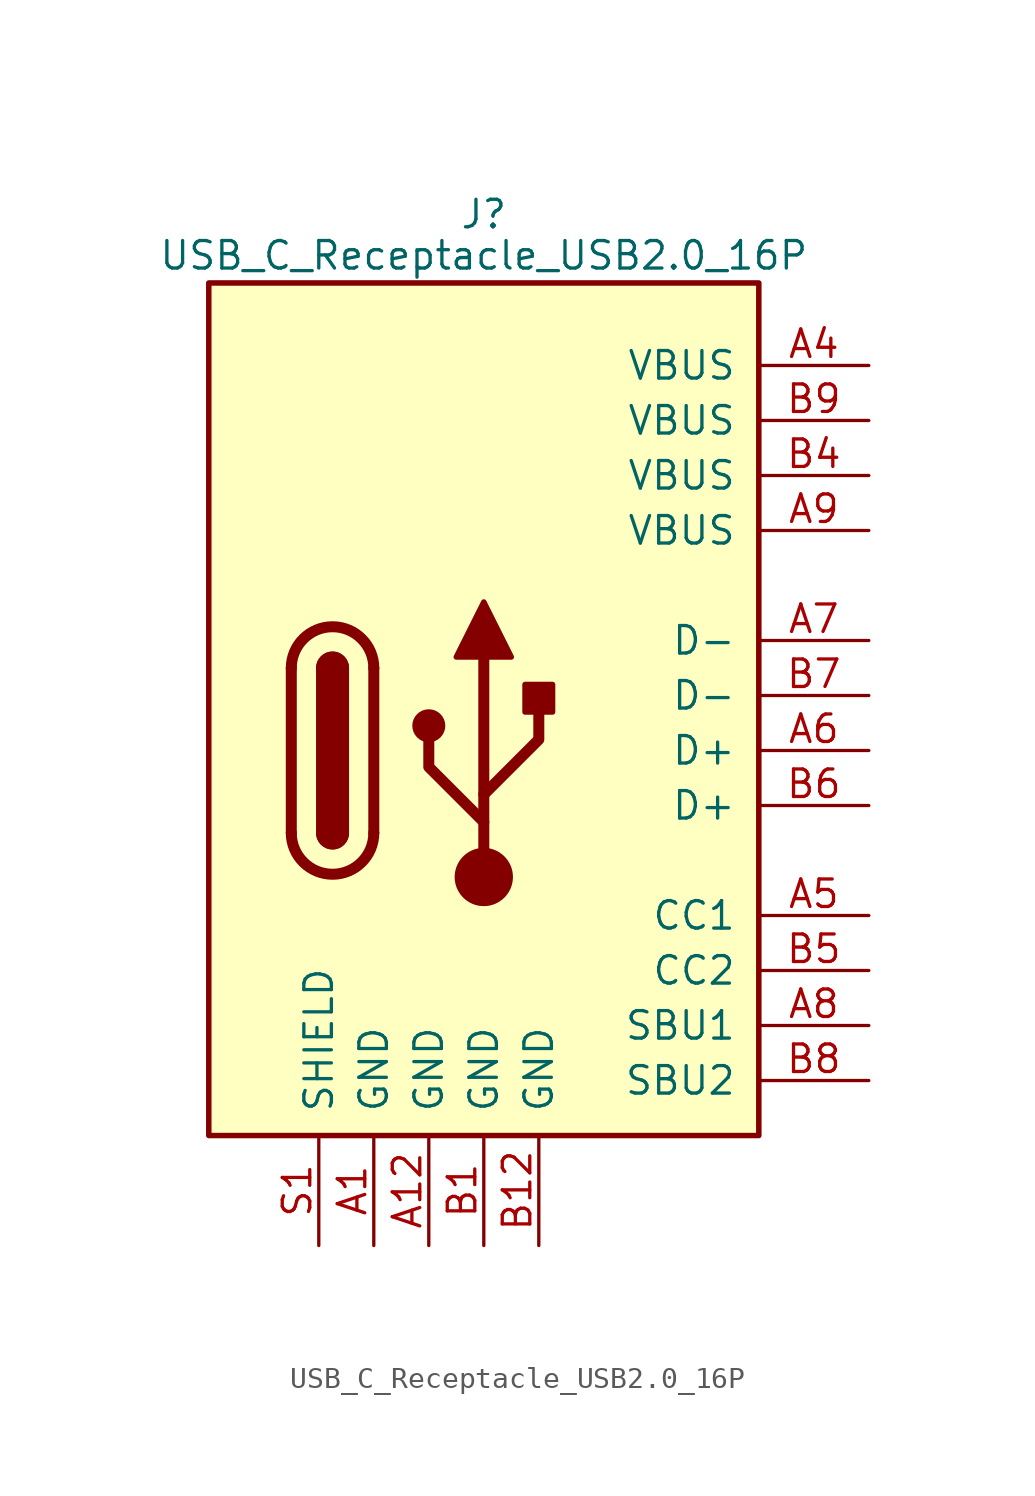
<source format=kicad_sym>
(kicad_symbol_lib
  (version 20241209)
  (generator "kicad_symbol_editor")
  (generator_version "9.0")
  (symbol "USB_C_Receptacle_USB2.0_16P"
    (pin_names
      (offset 1.016))
    (property "Reference" "J"
      (at 0 24.765 0)
      (effects (font (size 1.27 1.27))))
    (property "Value" "USB_C_Receptacle_USB2.0_16P"
      (at 0 22.86 0)
      (effects (font (size 1.27 1.27))))
    (symbol "USB_C_Receptacle_USB2.0_16P_0_1"
      (rectangle (start -12.7 21.59) (end 12.7 -17.78) (stroke (width 0.254) (type default)) (fill (type background)))
      (polyline (pts (xy -8.89 -3.81) (xy -8.89 3.81)) (stroke (width 0.508) (type default)) (fill (type none)))
      (rectangle (start -7.62 -3.81) (end -6.35 3.81) (stroke (width 0.254) (type default)) (fill (type outline)))
      (arc (start -7.62 3.81) (mid -6.985 4.4423) (end -6.35 3.81) (stroke (width 0.254) (type default)) (fill (type none)))
      (arc (start -7.62 3.81) (mid -6.985 4.4423) (end -6.35 3.81) (stroke (width 0.254) (type default)) (fill (type outline)))
      (arc (start -8.89 3.81) (mid -6.985 5.7067) (end -5.08 3.81) (stroke (width 0.508) (type default)) (fill (type none)))
      (arc (start -5.08 -3.81) (mid -6.985 -5.7067) (end -8.89 -3.81) (stroke (width 0.508) (type default)) (fill (type none)))
      (arc (start -6.35 -3.81) (mid -6.985 -4.4423) (end -7.62 -3.81) (stroke (width 0.254) (type default)) (fill (type none)))
      (arc (start -6.35 -3.81) (mid -6.985 -4.4423) (end -7.62 -3.81) (stroke (width 0.254) (type default)) (fill (type outline)))
      (polyline (pts (xy -5.08 3.81) (xy -5.08 -3.81)) (stroke (width 0.508) (type default)) (fill (type none)))
      (circle (center -2.54 1.143) (radius 0.635) (stroke (width 0.254) (type default)) (fill (type outline)))
      (polyline (pts (xy -1.27 4.318) (xy 0 6.858) (xy 1.27 4.318) (xy -1.27 4.318)) (stroke (width 0.254) (type default)) (fill (type outline)))
      (polyline (pts (xy 0 -2.032) (xy 2.54 0.508) (xy 2.54 1.778)) (stroke (width 0.508) (type default)) (fill (type none)))
      (polyline (pts (xy 0 -3.302) (xy -2.54 -0.762) (xy -2.54 0.508)) (stroke (width 0.508) (type default)) (fill (type none)))
      (polyline (pts (xy 0 -5.842) (xy 0 4.318)) (stroke (width 0.508) (type default)) (fill (type none)))
      (circle (center 0 -5.842) (radius 1.27) (stroke (width 0) (type default)) (fill (type outline)))
      (rectangle (start 1.905 1.778) (end 3.175 3.048) (stroke (width 0.254) (type default)) (fill (type outline))))
    (symbol "USB_C_Receptacle_USB2.0_16P_1_1"
      (pin passive line (at -7.62 -22.86 90) (length 5.08) (name "SHIELD" (effects (font (size 1.27 1.27)))) (number "S1" (effects (font (size 1.27 1.27)))))
      (pin passive line (at -5.08 -22.86 90) (length 5.08) (name "GND" (effects (font (size 1.27 1.27)))) (number "A1" (effects (font (size 1.27 1.27)))))
      (pin passive line (at -2.54 -22.86 90) (length 5.08) (name "GND" (effects (font (size 1.27 1.27)))) (number "A12" (effects (font (size 1.27 1.27)))))
      (pin passive line (at 0 -22.86 90) (length 5.08) (name "GND" (effects (font (size 1.27 1.27)))) (number "B1" (effects (font (size 1.27 1.27)))))
      (pin passive line (at 2.54 -22.86 90) (length 5.08) (name "GND" (effects (font (size 1.27 1.27)))) (number "B12" (effects (font (size 1.27 1.27)))))
      (pin passive line (at 17.78 17.78 180) (length 5.08) (name "VBUS" (effects (font (size 1.27 1.27)))) (number "A4" (effects (font (size 1.27 1.27)))))
      (pin passive line (at 17.78 15.24 180) (length 5.08) (name "VBUS" (effects (font (size 1.27 1.27)))) (number "B9" (effects (font (size 1.27 1.27)))))
      (pin passive line (at 17.78 12.7 180) (length 5.08) (name "VBUS" (effects (font (size 1.27 1.27)))) (number "B4" (effects (font (size 1.27 1.27)))))
      (pin passive line (at 17.78 10.16 180) (length 5.08) (name "VBUS" (effects (font (size 1.27 1.27)))) (number "A9" (effects (font (size 1.27 1.27)))))
      (pin bidirectional line (at 17.78 5.08 180) (length 5.08) (name "D-" (effects (font (size 1.27 1.27)))) (number "A7" (effects (font (size 1.27 1.27)))))
      (pin bidirectional line (at 17.78 2.54 180) (length 5.08) (name "D-" (effects (font (size 1.27 1.27)))) (number "B7" (effects (font (size 1.27 1.27)))))
      (pin bidirectional line (at 17.78 0 180) (length 5.08) (name "D+" (effects (font (size 1.27 1.27)))) (number "A6" (effects (font (size 1.27 1.27)))))
      (pin bidirectional line (at 17.78 -2.54 180) (length 5.08) (name "D+" (effects (font (size 1.27 1.27)))) (number "B6" (effects (font (size 1.27 1.27)))))
      (pin bidirectional line (at 17.78 -7.62 180) (length 5.08) (name "CC1" (effects (font (size 1.27 1.27)))) (number "A5" (effects (font (size 1.27 1.27)))))
      (pin bidirectional line (at 17.78 -10.16 180) (length 5.08) (name "CC2" (effects (font (size 1.27 1.27)))) (number "B5" (effects (font (size 1.27 1.27)))))
      (pin bidirectional line (at 17.78 -12.7 180) (length 5.08) (name "SBU1" (effects (font (size 1.27 1.27)))) (number "A8" (effects (font (size 1.27 1.27)))))
      (pin bidirectional line (at 17.78 -15.24 180) (length 5.08) (name "SBU2" (effects (font (size 1.27 1.27)))) (number "B8" (effects (font (size 1.27 1.27))))))))
</source>
